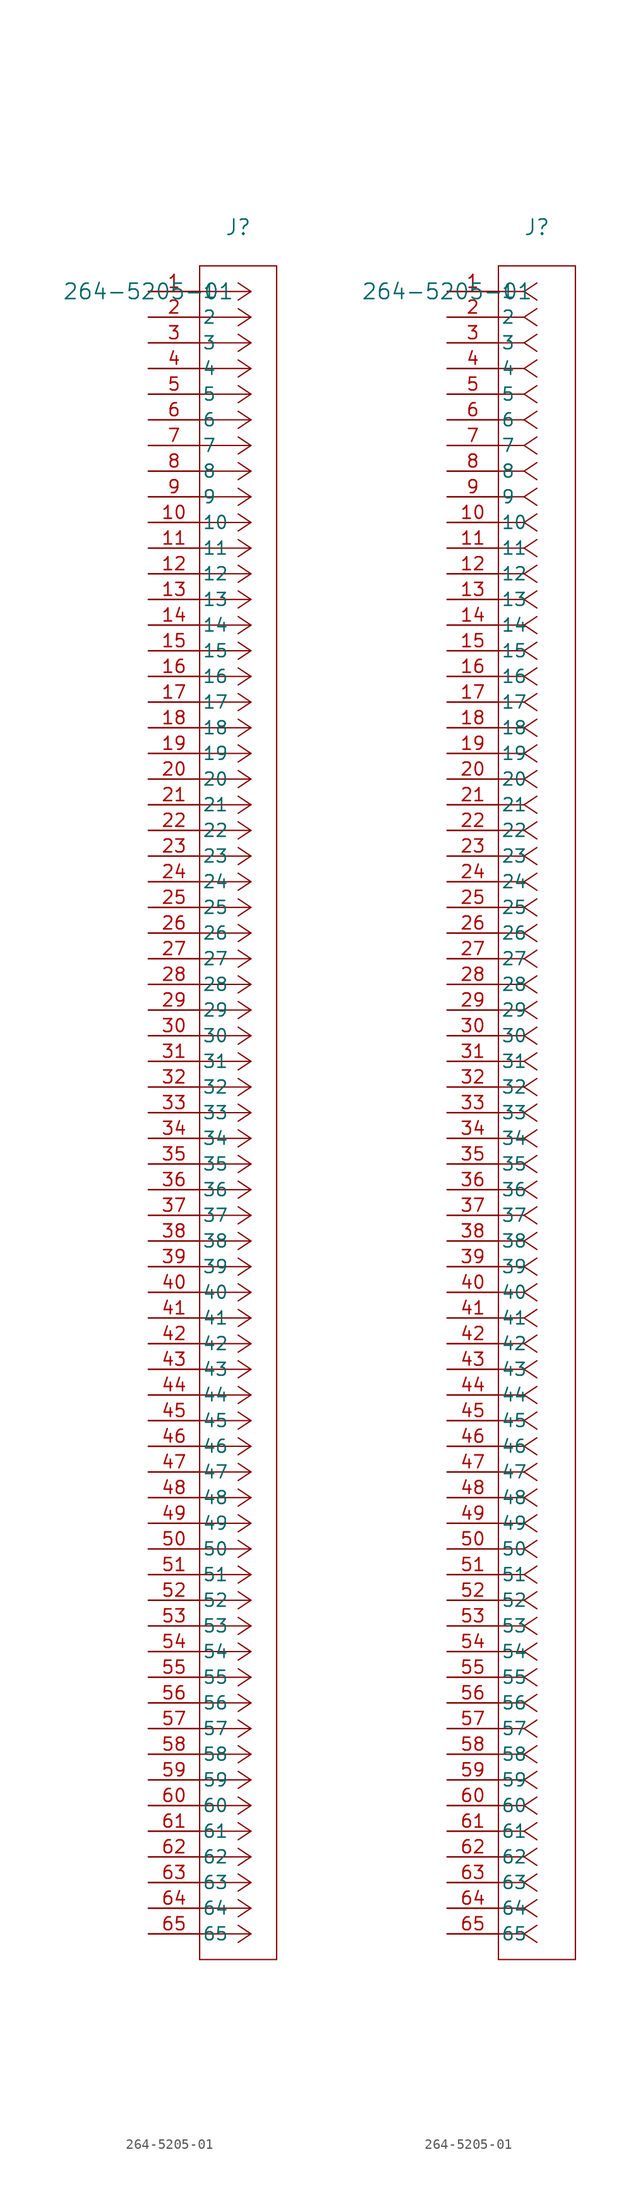
<source format=kicad_sym>
(kicad_symbol_lib
  (version 20211014)
  (generator kicad_symbol_editor)
  (symbol "264-5205-01"
    (pin_names
      (offset 0.254))
    (property "Reference" "J"
      (at 8.89 6.35 0)
      (effects (font (size 1.524 1.524))))
    (property "Value" "264-5205-01"
      (at 0 0 0)
      (effects (font (size 1.524 1.524))))
    (symbol "264-5205-01_1_1"
      (polyline (pts (xy 10.16 0) (xy 5.08 0)) (stroke (width 0.127) (type default) (color 0 0 0 0)) (fill (type none)))
      (polyline (pts (xy 10.16 -2.54) (xy 5.08 -2.54)) (stroke (width 0.127) (type default) (color 0 0 0 0)) (fill (type none)))
      (polyline (pts (xy 10.16 -5.08) (xy 5.08 -5.08)) (stroke (width 0.127) (type default) (color 0 0 0 0)) (fill (type none)))
      (polyline (pts (xy 10.16 -7.62) (xy 5.08 -7.62)) (stroke (width 0.127) (type default) (color 0 0 0 0)) (fill (type none)))
      (polyline (pts (xy 10.16 -10.16) (xy 5.08 -10.16)) (stroke (width 0.127) (type default) (color 0 0 0 0)) (fill (type none)))
      (polyline (pts (xy 10.16 -12.7) (xy 5.08 -12.7)) (stroke (width 0.127) (type default) (color 0 0 0 0)) (fill (type none)))
      (polyline (pts (xy 10.16 -15.24) (xy 5.08 -15.24)) (stroke (width 0.127) (type default) (color 0 0 0 0)) (fill (type none)))
      (polyline (pts (xy 10.16 -17.78) (xy 5.08 -17.78)) (stroke (width 0.127) (type default) (color 0 0 0 0)) (fill (type none)))
      (polyline (pts (xy 10.16 -20.32) (xy 5.08 -20.32)) (stroke (width 0.127) (type default) (color 0 0 0 0)) (fill (type none)))
      (polyline (pts (xy 10.16 -22.86) (xy 5.08 -22.86)) (stroke (width 0.127) (type default) (color 0 0 0 0)) (fill (type none)))
      (polyline (pts (xy 10.16 -25.4) (xy 5.08 -25.4)) (stroke (width 0.127) (type default) (color 0 0 0 0)) (fill (type none)))
      (polyline (pts (xy 10.16 -27.94) (xy 5.08 -27.94)) (stroke (width 0.127) (type default) (color 0 0 0 0)) (fill (type none)))
      (polyline (pts (xy 10.16 -30.48) (xy 5.08 -30.48)) (stroke (width 0.127) (type default) (color 0 0 0 0)) (fill (type none)))
      (polyline (pts (xy 10.16 -33.02) (xy 5.08 -33.02)) (stroke (width 0.127) (type default) (color 0 0 0 0)) (fill (type none)))
      (polyline (pts (xy 10.16 -35.56) (xy 5.08 -35.56)) (stroke (width 0.127) (type default) (color 0 0 0 0)) (fill (type none)))
      (polyline (pts (xy 10.16 -38.1) (xy 5.08 -38.1)) (stroke (width 0.127) (type default) (color 0 0 0 0)) (fill (type none)))
      (polyline (pts (xy 10.16 -40.64) (xy 5.08 -40.64)) (stroke (width 0.127) (type default) (color 0 0 0 0)) (fill (type none)))
      (polyline (pts (xy 10.16 -43.18) (xy 5.08 -43.18)) (stroke (width 0.127) (type default) (color 0 0 0 0)) (fill (type none)))
      (polyline (pts (xy 10.16 -45.72) (xy 5.08 -45.72)) (stroke (width 0.127) (type default) (color 0 0 0 0)) (fill (type none)))
      (polyline (pts (xy 10.16 -48.26) (xy 5.08 -48.26)) (stroke (width 0.127) (type default) (color 0 0 0 0)) (fill (type none)))
      (polyline (pts (xy 10.16 -50.8) (xy 5.08 -50.8)) (stroke (width 0.127) (type default) (color 0 0 0 0)) (fill (type none)))
      (polyline (pts (xy 10.16 -53.34) (xy 5.08 -53.34)) (stroke (width 0.127) (type default) (color 0 0 0 0)) (fill (type none)))
      (polyline (pts (xy 10.16 -55.88) (xy 5.08 -55.88)) (stroke (width 0.127) (type default) (color 0 0 0 0)) (fill (type none)))
      (polyline (pts (xy 10.16 -58.42) (xy 5.08 -58.42)) (stroke (width 0.127) (type default) (color 0 0 0 0)) (fill (type none)))
      (polyline (pts (xy 10.16 -60.96) (xy 5.08 -60.96)) (stroke (width 0.127) (type default) (color 0 0 0 0)) (fill (type none)))
      (polyline (pts (xy 10.16 -63.5) (xy 5.08 -63.5)) (stroke (width 0.127) (type default) (color 0 0 0 0)) (fill (type none)))
      (polyline (pts (xy 10.16 -66.04) (xy 5.08 -66.04)) (stroke (width 0.127) (type default) (color 0 0 0 0)) (fill (type none)))
      (polyline (pts (xy 10.16 -68.58) (xy 5.08 -68.58)) (stroke (width 0.127) (type default) (color 0 0 0 0)) (fill (type none)))
      (polyline (pts (xy 10.16 -71.12) (xy 5.08 -71.12)) (stroke (width 0.127) (type default) (color 0 0 0 0)) (fill (type none)))
      (polyline (pts (xy 10.16 -73.66) (xy 5.08 -73.66)) (stroke (width 0.127) (type default) (color 0 0 0 0)) (fill (type none)))
      (polyline (pts (xy 10.16 -76.2) (xy 5.08 -76.2)) (stroke (width 0.127) (type default) (color 0 0 0 0)) (fill (type none)))
      (polyline (pts (xy 10.16 -78.74) (xy 5.08 -78.74)) (stroke (width 0.127) (type default) (color 0 0 0 0)) (fill (type none)))
      (polyline (pts (xy 10.16 -81.28) (xy 5.08 -81.28)) (stroke (width 0.127) (type default) (color 0 0 0 0)) (fill (type none)))
      (polyline (pts (xy 10.16 -83.82) (xy 5.08 -83.82)) (stroke (width 0.127) (type default) (color 0 0 0 0)) (fill (type none)))
      (polyline (pts (xy 10.16 -86.36) (xy 5.08 -86.36)) (stroke (width 0.127) (type default) (color 0 0 0 0)) (fill (type none)))
      (polyline (pts (xy 10.16 -88.9) (xy 5.08 -88.9)) (stroke (width 0.127) (type default) (color 0 0 0 0)) (fill (type none)))
      (polyline (pts (xy 10.16 -91.44) (xy 5.08 -91.44)) (stroke (width 0.127) (type default) (color 0 0 0 0)) (fill (type none)))
      (polyline (pts (xy 10.16 -93.98) (xy 5.08 -93.98)) (stroke (width 0.127) (type default) (color 0 0 0 0)) (fill (type none)))
      (polyline (pts (xy 10.16 -96.52) (xy 5.08 -96.52)) (stroke (width 0.127) (type default) (color 0 0 0 0)) (fill (type none)))
      (polyline (pts (xy 10.16 -99.06) (xy 5.08 -99.06)) (stroke (width 0.127) (type default) (color 0 0 0 0)) (fill (type none)))
      (polyline (pts (xy 10.16 -101.6) (xy 5.08 -101.6)) (stroke (width 0.127) (type default) (color 0 0 0 0)) (fill (type none)))
      (polyline (pts (xy 10.16 -104.14) (xy 5.08 -104.14)) (stroke (width 0.127) (type default) (color 0 0 0 0)) (fill (type none)))
      (polyline (pts (xy 10.16 -106.68) (xy 5.08 -106.68)) (stroke (width 0.127) (type default) (color 0 0 0 0)) (fill (type none)))
      (polyline (pts (xy 10.16 -109.22) (xy 5.08 -109.22)) (stroke (width 0.127) (type default) (color 0 0 0 0)) (fill (type none)))
      (polyline (pts (xy 10.16 -111.76) (xy 5.08 -111.76)) (stroke (width 0.127) (type default) (color 0 0 0 0)) (fill (type none)))
      (polyline (pts (xy 10.16 -114.3) (xy 5.08 -114.3)) (stroke (width 0.127) (type default) (color 0 0 0 0)) (fill (type none)))
      (polyline (pts (xy 10.16 -116.84) (xy 5.08 -116.84)) (stroke (width 0.127) (type default) (color 0 0 0 0)) (fill (type none)))
      (polyline (pts (xy 10.16 -119.38) (xy 5.08 -119.38)) (stroke (width 0.127) (type default) (color 0 0 0 0)) (fill (type none)))
      (polyline (pts (xy 10.16 -121.92) (xy 5.08 -121.92)) (stroke (width 0.127) (type default) (color 0 0 0 0)) (fill (type none)))
      (polyline (pts (xy 10.16 -124.46) (xy 5.08 -124.46)) (stroke (width 0.127) (type default) (color 0 0 0 0)) (fill (type none)))
      (polyline (pts (xy 10.16 -127) (xy 5.08 -127)) (stroke (width 0.127) (type default) (color 0 0 0 0)) (fill (type none)))
      (polyline (pts (xy 10.16 -129.54) (xy 5.08 -129.54)) (stroke (width 0.127) (type default) (color 0 0 0 0)) (fill (type none)))
      (polyline (pts (xy 10.16 -132.08) (xy 5.08 -132.08)) (stroke (width 0.127) (type default) (color 0 0 0 0)) (fill (type none)))
      (polyline (pts (xy 10.16 -134.62) (xy 5.08 -134.62)) (stroke (width 0.127) (type default) (color 0 0 0 0)) (fill (type none)))
      (polyline (pts (xy 10.16 -137.16) (xy 5.08 -137.16)) (stroke (width 0.127) (type default) (color 0 0 0 0)) (fill (type none)))
      (polyline (pts (xy 10.16 -139.7) (xy 5.08 -139.7)) (stroke (width 0.127) (type default) (color 0 0 0 0)) (fill (type none)))
      (polyline (pts (xy 10.16 -142.24) (xy 5.08 -142.24)) (stroke (width 0.127) (type default) (color 0 0 0 0)) (fill (type none)))
      (polyline (pts (xy 10.16 -144.78) (xy 5.08 -144.78)) (stroke (width 0.127) (type default) (color 0 0 0 0)) (fill (type none)))
      (polyline (pts (xy 10.16 -147.32) (xy 5.08 -147.32)) (stroke (width 0.127) (type default) (color 0 0 0 0)) (fill (type none)))
      (polyline (pts (xy 10.16 -149.86) (xy 5.08 -149.86)) (stroke (width 0.127) (type default) (color 0 0 0 0)) (fill (type none)))
      (polyline (pts (xy 10.16 -152.4) (xy 5.08 -152.4)) (stroke (width 0.127) (type default) (color 0 0 0 0)) (fill (type none)))
      (polyline (pts (xy 10.16 -154.94) (xy 5.08 -154.94)) (stroke (width 0.127) (type default) (color 0 0 0 0)) (fill (type none)))
      (polyline (pts (xy 10.16 -157.48) (xy 5.08 -157.48)) (stroke (width 0.127) (type default) (color 0 0 0 0)) (fill (type none)))
      (polyline (pts (xy 10.16 -160.02) (xy 5.08 -160.02)) (stroke (width 0.127) (type default) (color 0 0 0 0)) (fill (type none)))
      (polyline (pts (xy 10.16 -162.56) (xy 5.08 -162.56)) (stroke (width 0.127) (type default) (color 0 0 0 0)) (fill (type none)))
      (polyline (pts (xy 10.16 0) (xy 8.89 0.847)) (stroke (width 0.127) (type default) (color 0 0 0 0)) (fill (type none)))
      (polyline (pts (xy 10.16 -2.54) (xy 8.89 -1.693)) (stroke (width 0.127) (type default) (color 0 0 0 0)) (fill (type none)))
      (polyline (pts (xy 10.16 -5.08) (xy 8.89 -4.233)) (stroke (width 0.127) (type default) (color 0 0 0 0)) (fill (type none)))
      (polyline (pts (xy 10.16 -7.62) (xy 8.89 -6.773)) (stroke (width 0.127) (type default) (color 0 0 0 0)) (fill (type none)))
      (polyline (pts (xy 10.16 -10.16) (xy 8.89 -9.313)) (stroke (width 0.127) (type default) (color 0 0 0 0)) (fill (type none)))
      (polyline (pts (xy 10.16 -12.7) (xy 8.89 -11.853)) (stroke (width 0.127) (type default) (color 0 0 0 0)) (fill (type none)))
      (polyline (pts (xy 10.16 -15.24) (xy 8.89 -14.393)) (stroke (width 0.127) (type default) (color 0 0 0 0)) (fill (type none)))
      (polyline (pts (xy 10.16 -17.78) (xy 8.89 -16.933)) (stroke (width 0.127) (type default) (color 0 0 0 0)) (fill (type none)))
      (polyline (pts (xy 10.16 -20.32) (xy 8.89 -19.473)) (stroke (width 0.127) (type default) (color 0 0 0 0)) (fill (type none)))
      (polyline (pts (xy 10.16 -22.86) (xy 8.89 -22.013)) (stroke (width 0.127) (type default) (color 0 0 0 0)) (fill (type none)))
      (polyline (pts (xy 10.16 -25.4) (xy 8.89 -24.553)) (stroke (width 0.127) (type default) (color 0 0 0 0)) (fill (type none)))
      (polyline (pts (xy 10.16 -27.94) (xy 8.89 -27.093)) (stroke (width 0.127) (type default) (color 0 0 0 0)) (fill (type none)))
      (polyline (pts (xy 10.16 -30.48) (xy 8.89 -29.633)) (stroke (width 0.127) (type default) (color 0 0 0 0)) (fill (type none)))
      (polyline (pts (xy 10.16 -33.02) (xy 8.89 -32.173)) (stroke (width 0.127) (type default) (color 0 0 0 0)) (fill (type none)))
      (polyline (pts (xy 10.16 -35.56) (xy 8.89 -34.713)) (stroke (width 0.127) (type default) (color 0 0 0 0)) (fill (type none)))
      (polyline (pts (xy 10.16 -38.1) (xy 8.89 -37.253)) (stroke (width 0.127) (type default) (color 0 0 0 0)) (fill (type none)))
      (polyline (pts (xy 10.16 -40.64) (xy 8.89 -39.793)) (stroke (width 0.127) (type default) (color 0 0 0 0)) (fill (type none)))
      (polyline (pts (xy 10.16 -43.18) (xy 8.89 -42.333)) (stroke (width 0.127) (type default) (color 0 0 0 0)) (fill (type none)))
      (polyline (pts (xy 10.16 -45.72) (xy 8.89 -44.873)) (stroke (width 0.127) (type default) (color 0 0 0 0)) (fill (type none)))
      (polyline (pts (xy 10.16 -48.26) (xy 8.89 -47.413)) (stroke (width 0.127) (type default) (color 0 0 0 0)) (fill (type none)))
      (polyline (pts (xy 10.16 -50.8) (xy 8.89 -49.953)) (stroke (width 0.127) (type default) (color 0 0 0 0)) (fill (type none)))
      (polyline (pts (xy 10.16 -53.34) (xy 8.89 -52.493)) (stroke (width 0.127) (type default) (color 0 0 0 0)) (fill (type none)))
      (polyline (pts (xy 10.16 -55.88) (xy 8.89 -55.033)) (stroke (width 0.127) (type default) (color 0 0 0 0)) (fill (type none)))
      (polyline (pts (xy 10.16 -58.42) (xy 8.89 -57.573)) (stroke (width 0.127) (type default) (color 0 0 0 0)) (fill (type none)))
      (polyline (pts (xy 10.16 -60.96) (xy 8.89 -60.113)) (stroke (width 0.127) (type default) (color 0 0 0 0)) (fill (type none)))
      (polyline (pts (xy 10.16 -63.5) (xy 8.89 -62.653)) (stroke (width 0.127) (type default) (color 0 0 0 0)) (fill (type none)))
      (polyline (pts (xy 10.16 -66.04) (xy 8.89 -65.193)) (stroke (width 0.127) (type default) (color 0 0 0 0)) (fill (type none)))
      (polyline (pts (xy 10.16 -68.58) (xy 8.89 -67.733)) (stroke (width 0.127) (type default) (color 0 0 0 0)) (fill (type none)))
      (polyline (pts (xy 10.16 -71.12) (xy 8.89 -70.273)) (stroke (width 0.127) (type default) (color 0 0 0 0)) (fill (type none)))
      (polyline (pts (xy 10.16 -73.66) (xy 8.89 -72.813)) (stroke (width 0.127) (type default) (color 0 0 0 0)) (fill (type none)))
      (polyline (pts (xy 10.16 -76.2) (xy 8.89 -75.353)) (stroke (width 0.127) (type default) (color 0 0 0 0)) (fill (type none)))
      (polyline (pts (xy 10.16 -78.74) (xy 8.89 -77.893)) (stroke (width 0.127) (type default) (color 0 0 0 0)) (fill (type none)))
      (polyline (pts (xy 10.16 -81.28) (xy 8.89 -80.433)) (stroke (width 0.127) (type default) (color 0 0 0 0)) (fill (type none)))
      (polyline (pts (xy 10.16 -83.82) (xy 8.89 -82.973)) (stroke (width 0.127) (type default) (color 0 0 0 0)) (fill (type none)))
      (polyline (pts (xy 10.16 -86.36) (xy 8.89 -85.513)) (stroke (width 0.127) (type default) (color 0 0 0 0)) (fill (type none)))
      (polyline (pts (xy 10.16 -88.9) (xy 8.89 -88.053)) (stroke (width 0.127) (type default) (color 0 0 0 0)) (fill (type none)))
      (polyline (pts (xy 10.16 -91.44) (xy 8.89 -90.593)) (stroke (width 0.127) (type default) (color 0 0 0 0)) (fill (type none)))
      (polyline (pts (xy 10.16 -93.98) (xy 8.89 -93.133)) (stroke (width 0.127) (type default) (color 0 0 0 0)) (fill (type none)))
      (polyline (pts (xy 10.16 -96.52) (xy 8.89 -95.673)) (stroke (width 0.127) (type default) (color 0 0 0 0)) (fill (type none)))
      (polyline (pts (xy 10.16 -99.06) (xy 8.89 -98.213)) (stroke (width 0.127) (type default) (color 0 0 0 0)) (fill (type none)))
      (polyline (pts (xy 10.16 -101.6) (xy 8.89 -100.753)) (stroke (width 0.127) (type default) (color 0 0 0 0)) (fill (type none)))
      (polyline (pts (xy 10.16 -104.14) (xy 8.89 -103.293)) (stroke (width 0.127) (type default) (color 0 0 0 0)) (fill (type none)))
      (polyline (pts (xy 10.16 -106.68) (xy 8.89 -105.833)) (stroke (width 0.127) (type default) (color 0 0 0 0)) (fill (type none)))
      (polyline (pts (xy 10.16 -109.22) (xy 8.89 -108.373)) (stroke (width 0.127) (type default) (color 0 0 0 0)) (fill (type none)))
      (polyline (pts (xy 10.16 -111.76) (xy 8.89 -110.913)) (stroke (width 0.127) (type default) (color 0 0 0 0)) (fill (type none)))
      (polyline (pts (xy 10.16 -114.3) (xy 8.89 -113.453)) (stroke (width 0.127) (type default) (color 0 0 0 0)) (fill (type none)))
      (polyline (pts (xy 10.16 -116.84) (xy 8.89 -115.993)) (stroke (width 0.127) (type default) (color 0 0 0 0)) (fill (type none)))
      (polyline (pts (xy 10.16 -119.38) (xy 8.89 -118.533)) (stroke (width 0.127) (type default) (color 0 0 0 0)) (fill (type none)))
      (polyline (pts (xy 10.16 -121.92) (xy 8.89 -121.073)) (stroke (width 0.127) (type default) (color 0 0 0 0)) (fill (type none)))
      (polyline (pts (xy 10.16 -124.46) (xy 8.89 -123.613)) (stroke (width 0.127) (type default) (color 0 0 0 0)) (fill (type none)))
      (polyline (pts (xy 10.16 -127) (xy 8.89 -126.153)) (stroke (width 0.127) (type default) (color 0 0 0 0)) (fill (type none)))
      (polyline (pts (xy 10.16 -129.54) (xy 8.89 -128.693)) (stroke (width 0.127) (type default) (color 0 0 0 0)) (fill (type none)))
      (polyline (pts (xy 10.16 -132.08) (xy 8.89 -131.233)) (stroke (width 0.127) (type default) (color 0 0 0 0)) (fill (type none)))
      (polyline (pts (xy 10.16 -134.62) (xy 8.89 -133.773)) (stroke (width 0.127) (type default) (color 0 0 0 0)) (fill (type none)))
      (polyline (pts (xy 10.16 -137.16) (xy 8.89 -136.313)) (stroke (width 0.127) (type default) (color 0 0 0 0)) (fill (type none)))
      (polyline (pts (xy 10.16 -139.7) (xy 8.89 -138.853)) (stroke (width 0.127) (type default) (color 0 0 0 0)) (fill (type none)))
      (polyline (pts (xy 10.16 -142.24) (xy 8.89 -141.393)) (stroke (width 0.127) (type default) (color 0 0 0 0)) (fill (type none)))
      (polyline (pts (xy 10.16 -144.78) (xy 8.89 -143.933)) (stroke (width 0.127) (type default) (color 0 0 0 0)) (fill (type none)))
      (polyline (pts (xy 10.16 -147.32) (xy 8.89 -146.473)) (stroke (width 0.127) (type default) (color 0 0 0 0)) (fill (type none)))
      (polyline (pts (xy 10.16 -149.86) (xy 8.89 -149.013)) (stroke (width 0.127) (type default) (color 0 0 0 0)) (fill (type none)))
      (polyline (pts (xy 10.16 -152.4) (xy 8.89 -151.553)) (stroke (width 0.127) (type default) (color 0 0 0 0)) (fill (type none)))
      (polyline (pts (xy 10.16 -154.94) (xy 8.89 -154.093)) (stroke (width 0.127) (type default) (color 0 0 0 0)) (fill (type none)))
      (polyline (pts (xy 10.16 -157.48) (xy 8.89 -156.633)) (stroke (width 0.127) (type default) (color 0 0 0 0)) (fill (type none)))
      (polyline (pts (xy 10.16 -160.02) (xy 8.89 -159.173)) (stroke (width 0.127) (type default) (color 0 0 0 0)) (fill (type none)))
      (polyline (pts (xy 10.16 -162.56) (xy 8.89 -161.713)) (stroke (width 0.127) (type default) (color 0 0 0 0)) (fill (type none)))
      (polyline (pts (xy 10.16 0) (xy 8.89 -0.847)) (stroke (width 0.127) (type default) (color 0 0 0 0)) (fill (type none)))
      (polyline (pts (xy 10.16 -2.54) (xy 8.89 -3.387)) (stroke (width 0.127) (type default) (color 0 0 0 0)) (fill (type none)))
      (polyline (pts (xy 10.16 -5.08) (xy 8.89 -5.927)) (stroke (width 0.127) (type default) (color 0 0 0 0)) (fill (type none)))
      (polyline (pts (xy 10.16 -7.62) (xy 8.89 -8.467)) (stroke (width 0.127) (type default) (color 0 0 0 0)) (fill (type none)))
      (polyline (pts (xy 10.16 -10.16) (xy 8.89 -11.007)) (stroke (width 0.127) (type default) (color 0 0 0 0)) (fill (type none)))
      (polyline (pts (xy 10.16 -12.7) (xy 8.89 -13.547)) (stroke (width 0.127) (type default) (color 0 0 0 0)) (fill (type none)))
      (polyline (pts (xy 10.16 -15.24) (xy 8.89 -16.087)) (stroke (width 0.127) (type default) (color 0 0 0 0)) (fill (type none)))
      (polyline (pts (xy 10.16 -17.78) (xy 8.89 -18.627)) (stroke (width 0.127) (type default) (color 0 0 0 0)) (fill (type none)))
      (polyline (pts (xy 10.16 -20.32) (xy 8.89 -21.167)) (stroke (width 0.127) (type default) (color 0 0 0 0)) (fill (type none)))
      (polyline (pts (xy 10.16 -22.86) (xy 8.89 -23.707)) (stroke (width 0.127) (type default) (color 0 0 0 0)) (fill (type none)))
      (polyline (pts (xy 10.16 -25.4) (xy 8.89 -26.247)) (stroke (width 0.127) (type default) (color 0 0 0 0)) (fill (type none)))
      (polyline (pts (xy 10.16 -27.94) (xy 8.89 -28.787)) (stroke (width 0.127) (type default) (color 0 0 0 0)) (fill (type none)))
      (polyline (pts (xy 10.16 -30.48) (xy 8.89 -31.327)) (stroke (width 0.127) (type default) (color 0 0 0 0)) (fill (type none)))
      (polyline (pts (xy 10.16 -33.02) (xy 8.89 -33.867)) (stroke (width 0.127) (type default) (color 0 0 0 0)) (fill (type none)))
      (polyline (pts (xy 10.16 -35.56) (xy 8.89 -36.407)) (stroke (width 0.127) (type default) (color 0 0 0 0)) (fill (type none)))
      (polyline (pts (xy 10.16 -38.1) (xy 8.89 -38.947)) (stroke (width 0.127) (type default) (color 0 0 0 0)) (fill (type none)))
      (polyline (pts (xy 10.16 -40.64) (xy 8.89 -41.487)) (stroke (width 0.127) (type default) (color 0 0 0 0)) (fill (type none)))
      (polyline (pts (xy 10.16 -43.18) (xy 8.89 -44.027)) (stroke (width 0.127) (type default) (color 0 0 0 0)) (fill (type none)))
      (polyline (pts (xy 10.16 -45.72) (xy 8.89 -46.567)) (stroke (width 0.127) (type default) (color 0 0 0 0)) (fill (type none)))
      (polyline (pts (xy 10.16 -48.26) (xy 8.89 -49.107)) (stroke (width 0.127) (type default) (color 0 0 0 0)) (fill (type none)))
      (polyline (pts (xy 10.16 -50.8) (xy 8.89 -51.647)) (stroke (width 0.127) (type default) (color 0 0 0 0)) (fill (type none)))
      (polyline (pts (xy 10.16 -53.34) (xy 8.89 -54.187)) (stroke (width 0.127) (type default) (color 0 0 0 0)) (fill (type none)))
      (polyline (pts (xy 10.16 -55.88) (xy 8.89 -56.727)) (stroke (width 0.127) (type default) (color 0 0 0 0)) (fill (type none)))
      (polyline (pts (xy 10.16 -58.42) (xy 8.89 -59.267)) (stroke (width 0.127) (type default) (color 0 0 0 0)) (fill (type none)))
      (polyline (pts (xy 10.16 -60.96) (xy 8.89 -61.807)) (stroke (width 0.127) (type default) (color 0 0 0 0)) (fill (type none)))
      (polyline (pts (xy 10.16 -63.5) (xy 8.89 -64.347)) (stroke (width 0.127) (type default) (color 0 0 0 0)) (fill (type none)))
      (polyline (pts (xy 10.16 -66.04) (xy 8.89 -66.887)) (stroke (width 0.127) (type default) (color 0 0 0 0)) (fill (type none)))
      (polyline (pts (xy 10.16 -68.58) (xy 8.89 -69.427)) (stroke (width 0.127) (type default) (color 0 0 0 0)) (fill (type none)))
      (polyline (pts (xy 10.16 -71.12) (xy 8.89 -71.967)) (stroke (width 0.127) (type default) (color 0 0 0 0)) (fill (type none)))
      (polyline (pts (xy 10.16 -73.66) (xy 8.89 -74.507)) (stroke (width 0.127) (type default) (color 0 0 0 0)) (fill (type none)))
      (polyline (pts (xy 10.16 -76.2) (xy 8.89 -77.047)) (stroke (width 0.127) (type default) (color 0 0 0 0)) (fill (type none)))
      (polyline (pts (xy 10.16 -78.74) (xy 8.89 -79.587)) (stroke (width 0.127) (type default) (color 0 0 0 0)) (fill (type none)))
      (polyline (pts (xy 10.16 -81.28) (xy 8.89 -82.127)) (stroke (width 0.127) (type default) (color 0 0 0 0)) (fill (type none)))
      (polyline (pts (xy 10.16 -83.82) (xy 8.89 -84.667)) (stroke (width 0.127) (type default) (color 0 0 0 0)) (fill (type none)))
      (polyline (pts (xy 10.16 -86.36) (xy 8.89 -87.207)) (stroke (width 0.127) (type default) (color 0 0 0 0)) (fill (type none)))
      (polyline (pts (xy 10.16 -88.9) (xy 8.89 -89.747)) (stroke (width 0.127) (type default) (color 0 0 0 0)) (fill (type none)))
      (polyline (pts (xy 10.16 -91.44) (xy 8.89 -92.287)) (stroke (width 0.127) (type default) (color 0 0 0 0)) (fill (type none)))
      (polyline (pts (xy 10.16 -93.98) (xy 8.89 -94.827)) (stroke (width 0.127) (type default) (color 0 0 0 0)) (fill (type none)))
      (polyline (pts (xy 10.16 -96.52) (xy 8.89 -97.367)) (stroke (width 0.127) (type default) (color 0 0 0 0)) (fill (type none)))
      (polyline (pts (xy 10.16 -99.06) (xy 8.89 -99.907)) (stroke (width 0.127) (type default) (color 0 0 0 0)) (fill (type none)))
      (polyline (pts (xy 10.16 -101.6) (xy 8.89 -102.447)) (stroke (width 0.127) (type default) (color 0 0 0 0)) (fill (type none)))
      (polyline (pts (xy 10.16 -104.14) (xy 8.89 -104.987)) (stroke (width 0.127) (type default) (color 0 0 0 0)) (fill (type none)))
      (polyline (pts (xy 10.16 -106.68) (xy 8.89 -107.527)) (stroke (width 0.127) (type default) (color 0 0 0 0)) (fill (type none)))
      (polyline (pts (xy 10.16 -109.22) (xy 8.89 -110.067)) (stroke (width 0.127) (type default) (color 0 0 0 0)) (fill (type none)))
      (polyline (pts (xy 10.16 -111.76) (xy 8.89 -112.607)) (stroke (width 0.127) (type default) (color 0 0 0 0)) (fill (type none)))
      (polyline (pts (xy 10.16 -114.3) (xy 8.89 -115.147)) (stroke (width 0.127) (type default) (color 0 0 0 0)) (fill (type none)))
      (polyline (pts (xy 10.16 -116.84) (xy 8.89 -117.687)) (stroke (width 0.127) (type default) (color 0 0 0 0)) (fill (type none)))
      (polyline (pts (xy 10.16 -119.38) (xy 8.89 -120.227)) (stroke (width 0.127) (type default) (color 0 0 0 0)) (fill (type none)))
      (polyline (pts (xy 10.16 -121.92) (xy 8.89 -122.767)) (stroke (width 0.127) (type default) (color 0 0 0 0)) (fill (type none)))
      (polyline (pts (xy 10.16 -124.46) (xy 8.89 -125.307)) (stroke (width 0.127) (type default) (color 0 0 0 0)) (fill (type none)))
      (polyline (pts (xy 10.16 -127) (xy 8.89 -127.847)) (stroke (width 0.127) (type default) (color 0 0 0 0)) (fill (type none)))
      (polyline (pts (xy 10.16 -129.54) (xy 8.89 -130.387)) (stroke (width 0.127) (type default) (color 0 0 0 0)) (fill (type none)))
      (polyline (pts (xy 10.16 -132.08) (xy 8.89 -132.927)) (stroke (width 0.127) (type default) (color 0 0 0 0)) (fill (type none)))
      (polyline (pts (xy 10.16 -134.62) (xy 8.89 -135.467)) (stroke (width 0.127) (type default) (color 0 0 0 0)) (fill (type none)))
      (polyline (pts (xy 10.16 -137.16) (xy 8.89 -138.007)) (stroke (width 0.127) (type default) (color 0 0 0 0)) (fill (type none)))
      (polyline (pts (xy 10.16 -139.7) (xy 8.89 -140.547)) (stroke (width 0.127) (type default) (color 0 0 0 0)) (fill (type none)))
      (polyline (pts (xy 10.16 -142.24) (xy 8.89 -143.087)) (stroke (width 0.127) (type default) (color 0 0 0 0)) (fill (type none)))
      (polyline (pts (xy 10.16 -144.78) (xy 8.89 -145.627)) (stroke (width 0.127) (type default) (color 0 0 0 0)) (fill (type none)))
      (polyline (pts (xy 10.16 -147.32) (xy 8.89 -148.167)) (stroke (width 0.127) (type default) (color 0 0 0 0)) (fill (type none)))
      (polyline (pts (xy 10.16 -149.86) (xy 8.89 -150.707)) (stroke (width 0.127) (type default) (color 0 0 0 0)) (fill (type none)))
      (polyline (pts (xy 10.16 -152.4) (xy 8.89 -153.247)) (stroke (width 0.127) (type default) (color 0 0 0 0)) (fill (type none)))
      (polyline (pts (xy 10.16 -154.94) (xy 8.89 -155.787)) (stroke (width 0.127) (type default) (color 0 0 0 0)) (fill (type none)))
      (polyline (pts (xy 10.16 -157.48) (xy 8.89 -158.327)) (stroke (width 0.127) (type default) (color 0 0 0 0)) (fill (type none)))
      (polyline (pts (xy 10.16 -160.02) (xy 8.89 -160.867)) (stroke (width 0.127) (type default) (color 0 0 0 0)) (fill (type none)))
      (polyline (pts (xy 10.16 -162.56) (xy 8.89 -163.407)) (stroke (width 0.127) (type default) (color 0 0 0 0)) (fill (type none)))
      (polyline (pts (xy 5.08 2.54) (xy 5.08 -165.1)) (stroke (width 0.127) (type default) (color 0 0 0 0)) (fill (type none)))
      (polyline (pts (xy 5.08 -165.1) (xy 12.7 -165.1)) (stroke (width 0.127) (type default) (color 0 0 0 0)) (fill (type none)))
      (polyline (pts (xy 12.7 -165.1) (xy 12.7 2.54)) (stroke (width 0.127) (type default) (color 0 0 0 0)) (fill (type none)))
      (polyline (pts (xy 12.7 2.54) (xy 5.08 2.54)) (stroke (width 0.127) (type default) (color 0 0 0 0)) (fill (type none)))
      (pin unspecified line (at 0 0 0) (length 5.08) (name "1" (effects (font (size 1.27 1.27)))) (number "1" (effects (font (size 1.27 1.27)))))
      (pin unspecified line (at 0 -2.54 0) (length 5.08) (name "2" (effects (font (size 1.27 1.27)))) (number "2" (effects (font (size 1.27 1.27)))))
      (pin unspecified line (at 0 -5.08 0) (length 5.08) (name "3" (effects (font (size 1.27 1.27)))) (number "3" (effects (font (size 1.27 1.27)))))
      (pin unspecified line (at 0 -7.62 0) (length 5.08) (name "4" (effects (font (size 1.27 1.27)))) (number "4" (effects (font (size 1.27 1.27)))))
      (pin unspecified line (at 0 -10.16 0) (length 5.08) (name "5" (effects (font (size 1.27 1.27)))) (number "5" (effects (font (size 1.27 1.27)))))
      (pin unspecified line (at 0 -12.7 0) (length 5.08) (name "6" (effects (font (size 1.27 1.27)))) (number "6" (effects (font (size 1.27 1.27)))))
      (pin unspecified line (at 0 -15.24 0) (length 5.08) (name "7" (effects (font (size 1.27 1.27)))) (number "7" (effects (font (size 1.27 1.27)))))
      (pin unspecified line (at 0 -17.78 0) (length 5.08) (name "8" (effects (font (size 1.27 1.27)))) (number "8" (effects (font (size 1.27 1.27)))))
      (pin unspecified line (at 0 -20.32 0) (length 5.08) (name "9" (effects (font (size 1.27 1.27)))) (number "9" (effects (font (size 1.27 1.27)))))
      (pin unspecified line (at 0 -22.86 0) (length 5.08) (name "10" (effects (font (size 1.27 1.27)))) (number "10" (effects (font (size 1.27 1.27)))))
      (pin unspecified line (at 0 -25.4 0) (length 5.08) (name "11" (effects (font (size 1.27 1.27)))) (number "11" (effects (font (size 1.27 1.27)))))
      (pin unspecified line (at 0 -27.94 0) (length 5.08) (name "12" (effects (font (size 1.27 1.27)))) (number "12" (effects (font (size 1.27 1.27)))))
      (pin unspecified line (at 0 -30.48 0) (length 5.08) (name "13" (effects (font (size 1.27 1.27)))) (number "13" (effects (font (size 1.27 1.27)))))
      (pin unspecified line (at 0 -33.02 0) (length 5.08) (name "14" (effects (font (size 1.27 1.27)))) (number "14" (effects (font (size 1.27 1.27)))))
      (pin unspecified line (at 0 -35.56 0) (length 5.08) (name "15" (effects (font (size 1.27 1.27)))) (number "15" (effects (font (size 1.27 1.27)))))
      (pin unspecified line (at 0 -38.1 0) (length 5.08) (name "16" (effects (font (size 1.27 1.27)))) (number "16" (effects (font (size 1.27 1.27)))))
      (pin unspecified line (at 0 -40.64 0) (length 5.08) (name "17" (effects (font (size 1.27 1.27)))) (number "17" (effects (font (size 1.27 1.27)))))
      (pin unspecified line (at 0 -43.18 0) (length 5.08) (name "18" (effects (font (size 1.27 1.27)))) (number "18" (effects (font (size 1.27 1.27)))))
      (pin unspecified line (at 0 -45.72 0) (length 5.08) (name "19" (effects (font (size 1.27 1.27)))) (number "19" (effects (font (size 1.27 1.27)))))
      (pin unspecified line (at 0 -48.26 0) (length 5.08) (name "20" (effects (font (size 1.27 1.27)))) (number "20" (effects (font (size 1.27 1.27)))))
      (pin unspecified line (at 0 -50.8 0) (length 5.08) (name "21" (effects (font (size 1.27 1.27)))) (number "21" (effects (font (size 1.27 1.27)))))
      (pin unspecified line (at 0 -53.34 0) (length 5.08) (name "22" (effects (font (size 1.27 1.27)))) (number "22" (effects (font (size 1.27 1.27)))))
      (pin unspecified line (at 0 -55.88 0) (length 5.08) (name "23" (effects (font (size 1.27 1.27)))) (number "23" (effects (font (size 1.27 1.27)))))
      (pin unspecified line (at 0 -58.42 0) (length 5.08) (name "24" (effects (font (size 1.27 1.27)))) (number "24" (effects (font (size 1.27 1.27)))))
      (pin unspecified line (at 0 -60.96 0) (length 5.08) (name "25" (effects (font (size 1.27 1.27)))) (number "25" (effects (font (size 1.27 1.27)))))
      (pin unspecified line (at 0 -63.5 0) (length 5.08) (name "26" (effects (font (size 1.27 1.27)))) (number "26" (effects (font (size 1.27 1.27)))))
      (pin unspecified line (at 0 -66.04 0) (length 5.08) (name "27" (effects (font (size 1.27 1.27)))) (number "27" (effects (font (size 1.27 1.27)))))
      (pin unspecified line (at 0 -68.58 0) (length 5.08) (name "28" (effects (font (size 1.27 1.27)))) (number "28" (effects (font (size 1.27 1.27)))))
      (pin unspecified line (at 0 -71.12 0) (length 5.08) (name "29" (effects (font (size 1.27 1.27)))) (number "29" (effects (font (size 1.27 1.27)))))
      (pin unspecified line (at 0 -73.66 0) (length 5.08) (name "30" (effects (font (size 1.27 1.27)))) (number "30" (effects (font (size 1.27 1.27)))))
      (pin unspecified line (at 0 -76.2 0) (length 5.08) (name "31" (effects (font (size 1.27 1.27)))) (number "31" (effects (font (size 1.27 1.27)))))
      (pin unspecified line (at 0 -78.74 0) (length 5.08) (name "32" (effects (font (size 1.27 1.27)))) (number "32" (effects (font (size 1.27 1.27)))))
      (pin unspecified line (at 0 -81.28 0) (length 5.08) (name "33" (effects (font (size 1.27 1.27)))) (number "33" (effects (font (size 1.27 1.27)))))
      (pin unspecified line (at 0 -83.82 0) (length 5.08) (name "34" (effects (font (size 1.27 1.27)))) (number "34" (effects (font (size 1.27 1.27)))))
      (pin unspecified line (at 0 -86.36 0) (length 5.08) (name "35" (effects (font (size 1.27 1.27)))) (number "35" (effects (font (size 1.27 1.27)))))
      (pin unspecified line (at 0 -88.9 0) (length 5.08) (name "36" (effects (font (size 1.27 1.27)))) (number "36" (effects (font (size 1.27 1.27)))))
      (pin unspecified line (at 0 -91.44 0) (length 5.08) (name "37" (effects (font (size 1.27 1.27)))) (number "37" (effects (font (size 1.27 1.27)))))
      (pin unspecified line (at 0 -93.98 0) (length 5.08) (name "38" (effects (font (size 1.27 1.27)))) (number "38" (effects (font (size 1.27 1.27)))))
      (pin unspecified line (at 0 -96.52 0) (length 5.08) (name "39" (effects (font (size 1.27 1.27)))) (number "39" (effects (font (size 1.27 1.27)))))
      (pin unspecified line (at 0 -99.06 0) (length 5.08) (name "40" (effects (font (size 1.27 1.27)))) (number "40" (effects (font (size 1.27 1.27)))))
      (pin unspecified line (at 0 -101.6 0) (length 5.08) (name "41" (effects (font (size 1.27 1.27)))) (number "41" (effects (font (size 1.27 1.27)))))
      (pin unspecified line (at 0 -104.14 0) (length 5.08) (name "42" (effects (font (size 1.27 1.27)))) (number "42" (effects (font (size 1.27 1.27)))))
      (pin unspecified line (at 0 -106.68 0) (length 5.08) (name "43" (effects (font (size 1.27 1.27)))) (number "43" (effects (font (size 1.27 1.27)))))
      (pin unspecified line (at 0 -109.22 0) (length 5.08) (name "44" (effects (font (size 1.27 1.27)))) (number "44" (effects (font (size 1.27 1.27)))))
      (pin unspecified line (at 0 -111.76 0) (length 5.08) (name "45" (effects (font (size 1.27 1.27)))) (number "45" (effects (font (size 1.27 1.27)))))
      (pin unspecified line (at 0 -114.3 0) (length 5.08) (name "46" (effects (font (size 1.27 1.27)))) (number "46" (effects (font (size 1.27 1.27)))))
      (pin unspecified line (at 0 -116.84 0) (length 5.08) (name "47" (effects (font (size 1.27 1.27)))) (number "47" (effects (font (size 1.27 1.27)))))
      (pin unspecified line (at 0 -119.38 0) (length 5.08) (name "48" (effects (font (size 1.27 1.27)))) (number "48" (effects (font (size 1.27 1.27)))))
      (pin unspecified line (at 0 -121.92 0) (length 5.08) (name "49" (effects (font (size 1.27 1.27)))) (number "49" (effects (font (size 1.27 1.27)))))
      (pin unspecified line (at 0 -124.46 0) (length 5.08) (name "50" (effects (font (size 1.27 1.27)))) (number "50" (effects (font (size 1.27 1.27)))))
      (pin unspecified line (at 0 -127 0) (length 5.08) (name "51" (effects (font (size 1.27 1.27)))) (number "51" (effects (font (size 1.27 1.27)))))
      (pin unspecified line (at 0 -129.54 0) (length 5.08) (name "52" (effects (font (size 1.27 1.27)))) (number "52" (effects (font (size 1.27 1.27)))))
      (pin unspecified line (at 0 -132.08 0) (length 5.08) (name "53" (effects (font (size 1.27 1.27)))) (number "53" (effects (font (size 1.27 1.27)))))
      (pin unspecified line (at 0 -134.62 0) (length 5.08) (name "54" (effects (font (size 1.27 1.27)))) (number "54" (effects (font (size 1.27 1.27)))))
      (pin unspecified line (at 0 -137.16 0) (length 5.08) (name "55" (effects (font (size 1.27 1.27)))) (number "55" (effects (font (size 1.27 1.27)))))
      (pin unspecified line (at 0 -139.7 0) (length 5.08) (name "56" (effects (font (size 1.27 1.27)))) (number "56" (effects (font (size 1.27 1.27)))))
      (pin unspecified line (at 0 -142.24 0) (length 5.08) (name "57" (effects (font (size 1.27 1.27)))) (number "57" (effects (font (size 1.27 1.27)))))
      (pin unspecified line (at 0 -144.78 0) (length 5.08) (name "58" (effects (font (size 1.27 1.27)))) (number "58" (effects (font (size 1.27 1.27)))))
      (pin unspecified line (at 0 -147.32 0) (length 5.08) (name "59" (effects (font (size 1.27 1.27)))) (number "59" (effects (font (size 1.27 1.27)))))
      (pin unspecified line (at 0 -149.86 0) (length 5.08) (name "60" (effects (font (size 1.27 1.27)))) (number "60" (effects (font (size 1.27 1.27)))))
      (pin unspecified line (at 0 -152.4 0) (length 5.08) (name "61" (effects (font (size 1.27 1.27)))) (number "61" (effects (font (size 1.27 1.27)))))
      (pin unspecified line (at 0 -154.94 0) (length 5.08) (name "62" (effects (font (size 1.27 1.27)))) (number "62" (effects (font (size 1.27 1.27)))))
      (pin unspecified line (at 0 -157.48 0) (length 5.08) (name "63" (effects (font (size 1.27 1.27)))) (number "63" (effects (font (size 1.27 1.27)))))
      (pin unspecified line (at 0 -160.02 0) (length 5.08) (name "64" (effects (font (size 1.27 1.27)))) (number "64" (effects (font (size 1.27 1.27)))))
      (pin unspecified line (at 0 -162.56 0) (length 5.08) (name "65" (effects (font (size 1.27 1.27)))) (number "65" (effects (font (size 1.27 1.27))))))
    (symbol "264-5205-01_1_2"
      (polyline (pts (xy 7.62 0) (xy 5.08 0)) (stroke (width 0.127) (type default) (color 0 0 0 0)) (fill (type none)))
      (polyline (pts (xy 7.62 -2.54) (xy 5.08 -2.54)) (stroke (width 0.127) (type default) (color 0 0 0 0)) (fill (type none)))
      (polyline (pts (xy 7.62 -5.08) (xy 5.08 -5.08)) (stroke (width 0.127) (type default) (color 0 0 0 0)) (fill (type none)))
      (polyline (pts (xy 7.62 -7.62) (xy 5.08 -7.62)) (stroke (width 0.127) (type default) (color 0 0 0 0)) (fill (type none)))
      (polyline (pts (xy 7.62 -10.16) (xy 5.08 -10.16)) (stroke (width 0.127) (type default) (color 0 0 0 0)) (fill (type none)))
      (polyline (pts (xy 7.62 -12.7) (xy 5.08 -12.7)) (stroke (width 0.127) (type default) (color 0 0 0 0)) (fill (type none)))
      (polyline (pts (xy 7.62 -15.24) (xy 5.08 -15.24)) (stroke (width 0.127) (type default) (color 0 0 0 0)) (fill (type none)))
      (polyline (pts (xy 7.62 -17.78) (xy 5.08 -17.78)) (stroke (width 0.127) (type default) (color 0 0 0 0)) (fill (type none)))
      (polyline (pts (xy 7.62 -20.32) (xy 5.08 -20.32)) (stroke (width 0.127) (type default) (color 0 0 0 0)) (fill (type none)))
      (polyline (pts (xy 7.62 -22.86) (xy 5.08 -22.86)) (stroke (width 0.127) (type default) (color 0 0 0 0)) (fill (type none)))
      (polyline (pts (xy 7.62 -25.4) (xy 5.08 -25.4)) (stroke (width 0.127) (type default) (color 0 0 0 0)) (fill (type none)))
      (polyline (pts (xy 7.62 -27.94) (xy 5.08 -27.94)) (stroke (width 0.127) (type default) (color 0 0 0 0)) (fill (type none)))
      (polyline (pts (xy 7.62 -30.48) (xy 5.08 -30.48)) (stroke (width 0.127) (type default) (color 0 0 0 0)) (fill (type none)))
      (polyline (pts (xy 7.62 -33.02) (xy 5.08 -33.02)) (stroke (width 0.127) (type default) (color 0 0 0 0)) (fill (type none)))
      (polyline (pts (xy 7.62 -35.56) (xy 5.08 -35.56)) (stroke (width 0.127) (type default) (color 0 0 0 0)) (fill (type none)))
      (polyline (pts (xy 7.62 -38.1) (xy 5.08 -38.1)) (stroke (width 0.127) (type default) (color 0 0 0 0)) (fill (type none)))
      (polyline (pts (xy 7.62 -40.64) (xy 5.08 -40.64)) (stroke (width 0.127) (type default) (color 0 0 0 0)) (fill (type none)))
      (polyline (pts (xy 7.62 -43.18) (xy 5.08 -43.18)) (stroke (width 0.127) (type default) (color 0 0 0 0)) (fill (type none)))
      (polyline (pts (xy 7.62 -45.72) (xy 5.08 -45.72)) (stroke (width 0.127) (type default) (color 0 0 0 0)) (fill (type none)))
      (polyline (pts (xy 7.62 -48.26) (xy 5.08 -48.26)) (stroke (width 0.127) (type default) (color 0 0 0 0)) (fill (type none)))
      (polyline (pts (xy 7.62 -50.8) (xy 5.08 -50.8)) (stroke (width 0.127) (type default) (color 0 0 0 0)) (fill (type none)))
      (polyline (pts (xy 7.62 -53.34) (xy 5.08 -53.34)) (stroke (width 0.127) (type default) (color 0 0 0 0)) (fill (type none)))
      (polyline (pts (xy 7.62 -55.88) (xy 5.08 -55.88)) (stroke (width 0.127) (type default) (color 0 0 0 0)) (fill (type none)))
      (polyline (pts (xy 7.62 -58.42) (xy 5.08 -58.42)) (stroke (width 0.127) (type default) (color 0 0 0 0)) (fill (type none)))
      (polyline (pts (xy 7.62 -60.96) (xy 5.08 -60.96)) (stroke (width 0.127) (type default) (color 0 0 0 0)) (fill (type none)))
      (polyline (pts (xy 7.62 -63.5) (xy 5.08 -63.5)) (stroke (width 0.127) (type default) (color 0 0 0 0)) (fill (type none)))
      (polyline (pts (xy 7.62 -66.04) (xy 5.08 -66.04)) (stroke (width 0.127) (type default) (color 0 0 0 0)) (fill (type none)))
      (polyline (pts (xy 7.62 -68.58) (xy 5.08 -68.58)) (stroke (width 0.127) (type default) (color 0 0 0 0)) (fill (type none)))
      (polyline (pts (xy 7.62 -71.12) (xy 5.08 -71.12)) (stroke (width 0.127) (type default) (color 0 0 0 0)) (fill (type none)))
      (polyline (pts (xy 7.62 -73.66) (xy 5.08 -73.66)) (stroke (width 0.127) (type default) (color 0 0 0 0)) (fill (type none)))
      (polyline (pts (xy 7.62 -76.2) (xy 5.08 -76.2)) (stroke (width 0.127) (type default) (color 0 0 0 0)) (fill (type none)))
      (polyline (pts (xy 7.62 -78.74) (xy 5.08 -78.74)) (stroke (width 0.127) (type default) (color 0 0 0 0)) (fill (type none)))
      (polyline (pts (xy 7.62 -81.28) (xy 5.08 -81.28)) (stroke (width 0.127) (type default) (color 0 0 0 0)) (fill (type none)))
      (polyline (pts (xy 7.62 -83.82) (xy 5.08 -83.82)) (stroke (width 0.127) (type default) (color 0 0 0 0)) (fill (type none)))
      (polyline (pts (xy 7.62 -86.36) (xy 5.08 -86.36)) (stroke (width 0.127) (type default) (color 0 0 0 0)) (fill (type none)))
      (polyline (pts (xy 7.62 -88.9) (xy 5.08 -88.9)) (stroke (width 0.127) (type default) (color 0 0 0 0)) (fill (type none)))
      (polyline (pts (xy 7.62 -91.44) (xy 5.08 -91.44)) (stroke (width 0.127) (type default) (color 0 0 0 0)) (fill (type none)))
      (polyline (pts (xy 7.62 -93.98) (xy 5.08 -93.98)) (stroke (width 0.127) (type default) (color 0 0 0 0)) (fill (type none)))
      (polyline (pts (xy 7.62 -96.52) (xy 5.08 -96.52)) (stroke (width 0.127) (type default) (color 0 0 0 0)) (fill (type none)))
      (polyline (pts (xy 7.62 -99.06) (xy 5.08 -99.06)) (stroke (width 0.127) (type default) (color 0 0 0 0)) (fill (type none)))
      (polyline (pts (xy 7.62 -101.6) (xy 5.08 -101.6)) (stroke (width 0.127) (type default) (color 0 0 0 0)) (fill (type none)))
      (polyline (pts (xy 7.62 -104.14) (xy 5.08 -104.14)) (stroke (width 0.127) (type default) (color 0 0 0 0)) (fill (type none)))
      (polyline (pts (xy 7.62 -106.68) (xy 5.08 -106.68)) (stroke (width 0.127) (type default) (color 0 0 0 0)) (fill (type none)))
      (polyline (pts (xy 7.62 -109.22) (xy 5.08 -109.22)) (stroke (width 0.127) (type default) (color 0 0 0 0)) (fill (type none)))
      (polyline (pts (xy 7.62 -111.76) (xy 5.08 -111.76)) (stroke (width 0.127) (type default) (color 0 0 0 0)) (fill (type none)))
      (polyline (pts (xy 7.62 -114.3) (xy 5.08 -114.3)) (stroke (width 0.127) (type default) (color 0 0 0 0)) (fill (type none)))
      (polyline (pts (xy 7.62 -116.84) (xy 5.08 -116.84)) (stroke (width 0.127) (type default) (color 0 0 0 0)) (fill (type none)))
      (polyline (pts (xy 7.62 -119.38) (xy 5.08 -119.38)) (stroke (width 0.127) (type default) (color 0 0 0 0)) (fill (type none)))
      (polyline (pts (xy 7.62 -121.92) (xy 5.08 -121.92)) (stroke (width 0.127) (type default) (color 0 0 0 0)) (fill (type none)))
      (polyline (pts (xy 7.62 -124.46) (xy 5.08 -124.46)) (stroke (width 0.127) (type default) (color 0 0 0 0)) (fill (type none)))
      (polyline (pts (xy 7.62 -127) (xy 5.08 -127)) (stroke (width 0.127) (type default) (color 0 0 0 0)) (fill (type none)))
      (polyline (pts (xy 7.62 -129.54) (xy 5.08 -129.54)) (stroke (width 0.127) (type default) (color 0 0 0 0)) (fill (type none)))
      (polyline (pts (xy 7.62 -132.08) (xy 5.08 -132.08)) (stroke (width 0.127) (type default) (color 0 0 0 0)) (fill (type none)))
      (polyline (pts (xy 7.62 -134.62) (xy 5.08 -134.62)) (stroke (width 0.127) (type default) (color 0 0 0 0)) (fill (type none)))
      (polyline (pts (xy 7.62 -137.16) (xy 5.08 -137.16)) (stroke (width 0.127) (type default) (color 0 0 0 0)) (fill (type none)))
      (polyline (pts (xy 7.62 -139.7) (xy 5.08 -139.7)) (stroke (width 0.127) (type default) (color 0 0 0 0)) (fill (type none)))
      (polyline (pts (xy 7.62 -142.24) (xy 5.08 -142.24)) (stroke (width 0.127) (type default) (color 0 0 0 0)) (fill (type none)))
      (polyline (pts (xy 7.62 -144.78) (xy 5.08 -144.78)) (stroke (width 0.127) (type default) (color 0 0 0 0)) (fill (type none)))
      (polyline (pts (xy 7.62 -147.32) (xy 5.08 -147.32)) (stroke (width 0.127) (type default) (color 0 0 0 0)) (fill (type none)))
      (polyline (pts (xy 7.62 -149.86) (xy 5.08 -149.86)) (stroke (width 0.127) (type default) (color 0 0 0 0)) (fill (type none)))
      (polyline (pts (xy 7.62 -152.4) (xy 5.08 -152.4)) (stroke (width 0.127) (type default) (color 0 0 0 0)) (fill (type none)))
      (polyline (pts (xy 7.62 -154.94) (xy 5.08 -154.94)) (stroke (width 0.127) (type default) (color 0 0 0 0)) (fill (type none)))
      (polyline (pts (xy 7.62 -157.48) (xy 5.08 -157.48)) (stroke (width 0.127) (type default) (color 0 0 0 0)) (fill (type none)))
      (polyline (pts (xy 7.62 -160.02) (xy 5.08 -160.02)) (stroke (width 0.127) (type default) (color 0 0 0 0)) (fill (type none)))
      (polyline (pts (xy 7.62 -162.56) (xy 5.08 -162.56)) (stroke (width 0.127) (type default) (color 0 0 0 0)) (fill (type none)))
      (polyline (pts (xy 7.62 0) (xy 8.89 0.847)) (stroke (width 0.127) (type default) (color 0 0 0 0)) (fill (type none)))
      (polyline (pts (xy 7.62 -2.54) (xy 8.89 -1.693)) (stroke (width 0.127) (type default) (color 0 0 0 0)) (fill (type none)))
      (polyline (pts (xy 7.62 -5.08) (xy 8.89 -4.233)) (stroke (width 0.127) (type default) (color 0 0 0 0)) (fill (type none)))
      (polyline (pts (xy 7.62 -7.62) (xy 8.89 -6.773)) (stroke (width 0.127) (type default) (color 0 0 0 0)) (fill (type none)))
      (polyline (pts (xy 7.62 -10.16) (xy 8.89 -9.313)) (stroke (width 0.127) (type default) (color 0 0 0 0)) (fill (type none)))
      (polyline (pts (xy 7.62 -12.7) (xy 8.89 -11.853)) (stroke (width 0.127) (type default) (color 0 0 0 0)) (fill (type none)))
      (polyline (pts (xy 7.62 -15.24) (xy 8.89 -14.393)) (stroke (width 0.127) (type default) (color 0 0 0 0)) (fill (type none)))
      (polyline (pts (xy 7.62 -17.78) (xy 8.89 -16.933)) (stroke (width 0.127) (type default) (color 0 0 0 0)) (fill (type none)))
      (polyline (pts (xy 7.62 -20.32) (xy 8.89 -19.473)) (stroke (width 0.127) (type default) (color 0 0 0 0)) (fill (type none)))
      (polyline (pts (xy 7.62 -22.86) (xy 8.89 -22.013)) (stroke (width 0.127) (type default) (color 0 0 0 0)) (fill (type none)))
      (polyline (pts (xy 7.62 -25.4) (xy 8.89 -24.553)) (stroke (width 0.127) (type default) (color 0 0 0 0)) (fill (type none)))
      (polyline (pts (xy 7.62 -27.94) (xy 8.89 -27.093)) (stroke (width 0.127) (type default) (color 0 0 0 0)) (fill (type none)))
      (polyline (pts (xy 7.62 -30.48) (xy 8.89 -29.633)) (stroke (width 0.127) (type default) (color 0 0 0 0)) (fill (type none)))
      (polyline (pts (xy 7.62 -33.02) (xy 8.89 -32.173)) (stroke (width 0.127) (type default) (color 0 0 0 0)) (fill (type none)))
      (polyline (pts (xy 7.62 -35.56) (xy 8.89 -34.713)) (stroke (width 0.127) (type default) (color 0 0 0 0)) (fill (type none)))
      (polyline (pts (xy 7.62 -38.1) (xy 8.89 -37.253)) (stroke (width 0.127) (type default) (color 0 0 0 0)) (fill (type none)))
      (polyline (pts (xy 7.62 -40.64) (xy 8.89 -39.793)) (stroke (width 0.127) (type default) (color 0 0 0 0)) (fill (type none)))
      (polyline (pts (xy 7.62 -43.18) (xy 8.89 -42.333)) (stroke (width 0.127) (type default) (color 0 0 0 0)) (fill (type none)))
      (polyline (pts (xy 7.62 -45.72) (xy 8.89 -44.873)) (stroke (width 0.127) (type default) (color 0 0 0 0)) (fill (type none)))
      (polyline (pts (xy 7.62 -48.26) (xy 8.89 -47.413)) (stroke (width 0.127) (type default) (color 0 0 0 0)) (fill (type none)))
      (polyline (pts (xy 7.62 -50.8) (xy 8.89 -49.953)) (stroke (width 0.127) (type default) (color 0 0 0 0)) (fill (type none)))
      (polyline (pts (xy 7.62 -53.34) (xy 8.89 -52.493)) (stroke (width 0.127) (type default) (color 0 0 0 0)) (fill (type none)))
      (polyline (pts (xy 7.62 -55.88) (xy 8.89 -55.033)) (stroke (width 0.127) (type default) (color 0 0 0 0)) (fill (type none)))
      (polyline (pts (xy 7.62 -58.42) (xy 8.89 -57.573)) (stroke (width 0.127) (type default) (color 0 0 0 0)) (fill (type none)))
      (polyline (pts (xy 7.62 -60.96) (xy 8.89 -60.113)) (stroke (width 0.127) (type default) (color 0 0 0 0)) (fill (type none)))
      (polyline (pts (xy 7.62 -63.5) (xy 8.89 -62.653)) (stroke (width 0.127) (type default) (color 0 0 0 0)) (fill (type none)))
      (polyline (pts (xy 7.62 -66.04) (xy 8.89 -65.193)) (stroke (width 0.127) (type default) (color 0 0 0 0)) (fill (type none)))
      (polyline (pts (xy 7.62 -68.58) (xy 8.89 -67.733)) (stroke (width 0.127) (type default) (color 0 0 0 0)) (fill (type none)))
      (polyline (pts (xy 7.62 -71.12) (xy 8.89 -70.273)) (stroke (width 0.127) (type default) (color 0 0 0 0)) (fill (type none)))
      (polyline (pts (xy 7.62 -73.66) (xy 8.89 -72.813)) (stroke (width 0.127) (type default) (color 0 0 0 0)) (fill (type none)))
      (polyline (pts (xy 7.62 -76.2) (xy 8.89 -75.353)) (stroke (width 0.127) (type default) (color 0 0 0 0)) (fill (type none)))
      (polyline (pts (xy 7.62 -78.74) (xy 8.89 -77.893)) (stroke (width 0.127) (type default) (color 0 0 0 0)) (fill (type none)))
      (polyline (pts (xy 7.62 -81.28) (xy 8.89 -80.433)) (stroke (width 0.127) (type default) (color 0 0 0 0)) (fill (type none)))
      (polyline (pts (xy 7.62 -83.82) (xy 8.89 -82.973)) (stroke (width 0.127) (type default) (color 0 0 0 0)) (fill (type none)))
      (polyline (pts (xy 7.62 -86.36) (xy 8.89 -85.513)) (stroke (width 0.127) (type default) (color 0 0 0 0)) (fill (type none)))
      (polyline (pts (xy 7.62 -88.9) (xy 8.89 -88.053)) (stroke (width 0.127) (type default) (color 0 0 0 0)) (fill (type none)))
      (polyline (pts (xy 7.62 -91.44) (xy 8.89 -90.593)) (stroke (width 0.127) (type default) (color 0 0 0 0)) (fill (type none)))
      (polyline (pts (xy 7.62 -93.98) (xy 8.89 -93.133)) (stroke (width 0.127) (type default) (color 0 0 0 0)) (fill (type none)))
      (polyline (pts (xy 7.62 -96.52) (xy 8.89 -95.673)) (stroke (width 0.127) (type default) (color 0 0 0 0)) (fill (type none)))
      (polyline (pts (xy 7.62 -99.06) (xy 8.89 -98.213)) (stroke (width 0.127) (type default) (color 0 0 0 0)) (fill (type none)))
      (polyline (pts (xy 7.62 -101.6) (xy 8.89 -100.753)) (stroke (width 0.127) (type default) (color 0 0 0 0)) (fill (type none)))
      (polyline (pts (xy 7.62 -104.14) (xy 8.89 -103.293)) (stroke (width 0.127) (type default) (color 0 0 0 0)) (fill (type none)))
      (polyline (pts (xy 7.62 -106.68) (xy 8.89 -105.833)) (stroke (width 0.127) (type default) (color 0 0 0 0)) (fill (type none)))
      (polyline (pts (xy 7.62 -109.22) (xy 8.89 -108.373)) (stroke (width 0.127) (type default) (color 0 0 0 0)) (fill (type none)))
      (polyline (pts (xy 7.62 -111.76) (xy 8.89 -110.913)) (stroke (width 0.127) (type default) (color 0 0 0 0)) (fill (type none)))
      (polyline (pts (xy 7.62 -114.3) (xy 8.89 -113.453)) (stroke (width 0.127) (type default) (color 0 0 0 0)) (fill (type none)))
      (polyline (pts (xy 7.62 -116.84) (xy 8.89 -115.993)) (stroke (width 0.127) (type default) (color 0 0 0 0)) (fill (type none)))
      (polyline (pts (xy 7.62 -119.38) (xy 8.89 -118.533)) (stroke (width 0.127) (type default) (color 0 0 0 0)) (fill (type none)))
      (polyline (pts (xy 7.62 -121.92) (xy 8.89 -121.073)) (stroke (width 0.127) (type default) (color 0 0 0 0)) (fill (type none)))
      (polyline (pts (xy 7.62 -124.46) (xy 8.89 -123.613)) (stroke (width 0.127) (type default) (color 0 0 0 0)) (fill (type none)))
      (polyline (pts (xy 7.62 -127) (xy 8.89 -126.153)) (stroke (width 0.127) (type default) (color 0 0 0 0)) (fill (type none)))
      (polyline (pts (xy 7.62 -129.54) (xy 8.89 -128.693)) (stroke (width 0.127) (type default) (color 0 0 0 0)) (fill (type none)))
      (polyline (pts (xy 7.62 -132.08) (xy 8.89 -131.233)) (stroke (width 0.127) (type default) (color 0 0 0 0)) (fill (type none)))
      (polyline (pts (xy 7.62 -134.62) (xy 8.89 -133.773)) (stroke (width 0.127) (type default) (color 0 0 0 0)) (fill (type none)))
      (polyline (pts (xy 7.62 -137.16) (xy 8.89 -136.313)) (stroke (width 0.127) (type default) (color 0 0 0 0)) (fill (type none)))
      (polyline (pts (xy 7.62 -139.7) (xy 8.89 -138.853)) (stroke (width 0.127) (type default) (color 0 0 0 0)) (fill (type none)))
      (polyline (pts (xy 7.62 -142.24) (xy 8.89 -141.393)) (stroke (width 0.127) (type default) (color 0 0 0 0)) (fill (type none)))
      (polyline (pts (xy 7.62 -144.78) (xy 8.89 -143.933)) (stroke (width 0.127) (type default) (color 0 0 0 0)) (fill (type none)))
      (polyline (pts (xy 7.62 -147.32) (xy 8.89 -146.473)) (stroke (width 0.127) (type default) (color 0 0 0 0)) (fill (type none)))
      (polyline (pts (xy 7.62 -149.86) (xy 8.89 -149.013)) (stroke (width 0.127) (type default) (color 0 0 0 0)) (fill (type none)))
      (polyline (pts (xy 7.62 -152.4) (xy 8.89 -151.553)) (stroke (width 0.127) (type default) (color 0 0 0 0)) (fill (type none)))
      (polyline (pts (xy 7.62 -154.94) (xy 8.89 -154.093)) (stroke (width 0.127) (type default) (color 0 0 0 0)) (fill (type none)))
      (polyline (pts (xy 7.62 -157.48) (xy 8.89 -156.633)) (stroke (width 0.127) (type default) (color 0 0 0 0)) (fill (type none)))
      (polyline (pts (xy 7.62 -160.02) (xy 8.89 -159.173)) (stroke (width 0.127) (type default) (color 0 0 0 0)) (fill (type none)))
      (polyline (pts (xy 7.62 -162.56) (xy 8.89 -161.713)) (stroke (width 0.127) (type default) (color 0 0 0 0)) (fill (type none)))
      (polyline (pts (xy 7.62 0) (xy 8.89 -0.847)) (stroke (width 0.127) (type default) (color 0 0 0 0)) (fill (type none)))
      (polyline (pts (xy 7.62 -2.54) (xy 8.89 -3.387)) (stroke (width 0.127) (type default) (color 0 0 0 0)) (fill (type none)))
      (polyline (pts (xy 7.62 -5.08) (xy 8.89 -5.927)) (stroke (width 0.127) (type default) (color 0 0 0 0)) (fill (type none)))
      (polyline (pts (xy 7.62 -7.62) (xy 8.89 -8.467)) (stroke (width 0.127) (type default) (color 0 0 0 0)) (fill (type none)))
      (polyline (pts (xy 7.62 -10.16) (xy 8.89 -11.007)) (stroke (width 0.127) (type default) (color 0 0 0 0)) (fill (type none)))
      (polyline (pts (xy 7.62 -12.7) (xy 8.89 -13.547)) (stroke (width 0.127) (type default) (color 0 0 0 0)) (fill (type none)))
      (polyline (pts (xy 7.62 -15.24) (xy 8.89 -16.087)) (stroke (width 0.127) (type default) (color 0 0 0 0)) (fill (type none)))
      (polyline (pts (xy 7.62 -17.78) (xy 8.89 -18.627)) (stroke (width 0.127) (type default) (color 0 0 0 0)) (fill (type none)))
      (polyline (pts (xy 7.62 -20.32) (xy 8.89 -21.167)) (stroke (width 0.127) (type default) (color 0 0 0 0)) (fill (type none)))
      (polyline (pts (xy 7.62 -22.86) (xy 8.89 -23.707)) (stroke (width 0.127) (type default) (color 0 0 0 0)) (fill (type none)))
      (polyline (pts (xy 7.62 -25.4) (xy 8.89 -26.247)) (stroke (width 0.127) (type default) (color 0 0 0 0)) (fill (type none)))
      (polyline (pts (xy 7.62 -27.94) (xy 8.89 -28.787)) (stroke (width 0.127) (type default) (color 0 0 0 0)) (fill (type none)))
      (polyline (pts (xy 7.62 -30.48) (xy 8.89 -31.327)) (stroke (width 0.127) (type default) (color 0 0 0 0)) (fill (type none)))
      (polyline (pts (xy 7.62 -33.02) (xy 8.89 -33.867)) (stroke (width 0.127) (type default) (color 0 0 0 0)) (fill (type none)))
      (polyline (pts (xy 7.62 -35.56) (xy 8.89 -36.407)) (stroke (width 0.127) (type default) (color 0 0 0 0)) (fill (type none)))
      (polyline (pts (xy 7.62 -38.1) (xy 8.89 -38.947)) (stroke (width 0.127) (type default) (color 0 0 0 0)) (fill (type none)))
      (polyline (pts (xy 7.62 -40.64) (xy 8.89 -41.487)) (stroke (width 0.127) (type default) (color 0 0 0 0)) (fill (type none)))
      (polyline (pts (xy 7.62 -43.18) (xy 8.89 -44.027)) (stroke (width 0.127) (type default) (color 0 0 0 0)) (fill (type none)))
      (polyline (pts (xy 7.62 -45.72) (xy 8.89 -46.567)) (stroke (width 0.127) (type default) (color 0 0 0 0)) (fill (type none)))
      (polyline (pts (xy 7.62 -48.26) (xy 8.89 -49.107)) (stroke (width 0.127) (type default) (color 0 0 0 0)) (fill (type none)))
      (polyline (pts (xy 7.62 -50.8) (xy 8.89 -51.647)) (stroke (width 0.127) (type default) (color 0 0 0 0)) (fill (type none)))
      (polyline (pts (xy 7.62 -53.34) (xy 8.89 -54.187)) (stroke (width 0.127) (type default) (color 0 0 0 0)) (fill (type none)))
      (polyline (pts (xy 7.62 -55.88) (xy 8.89 -56.727)) (stroke (width 0.127) (type default) (color 0 0 0 0)) (fill (type none)))
      (polyline (pts (xy 7.62 -58.42) (xy 8.89 -59.267)) (stroke (width 0.127) (type default) (color 0 0 0 0)) (fill (type none)))
      (polyline (pts (xy 7.62 -60.96) (xy 8.89 -61.807)) (stroke (width 0.127) (type default) (color 0 0 0 0)) (fill (type none)))
      (polyline (pts (xy 7.62 -63.5) (xy 8.89 -64.347)) (stroke (width 0.127) (type default) (color 0 0 0 0)) (fill (type none)))
      (polyline (pts (xy 7.62 -66.04) (xy 8.89 -66.887)) (stroke (width 0.127) (type default) (color 0 0 0 0)) (fill (type none)))
      (polyline (pts (xy 7.62 -68.58) (xy 8.89 -69.427)) (stroke (width 0.127) (type default) (color 0 0 0 0)) (fill (type none)))
      (polyline (pts (xy 7.62 -71.12) (xy 8.89 -71.967)) (stroke (width 0.127) (type default) (color 0 0 0 0)) (fill (type none)))
      (polyline (pts (xy 7.62 -73.66) (xy 8.89 -74.507)) (stroke (width 0.127) (type default) (color 0 0 0 0)) (fill (type none)))
      (polyline (pts (xy 7.62 -76.2) (xy 8.89 -77.047)) (stroke (width 0.127) (type default) (color 0 0 0 0)) (fill (type none)))
      (polyline (pts (xy 7.62 -78.74) (xy 8.89 -79.587)) (stroke (width 0.127) (type default) (color 0 0 0 0)) (fill (type none)))
      (polyline (pts (xy 7.62 -81.28) (xy 8.89 -82.127)) (stroke (width 0.127) (type default) (color 0 0 0 0)) (fill (type none)))
      (polyline (pts (xy 7.62 -83.82) (xy 8.89 -84.667)) (stroke (width 0.127) (type default) (color 0 0 0 0)) (fill (type none)))
      (polyline (pts (xy 7.62 -86.36) (xy 8.89 -87.207)) (stroke (width 0.127) (type default) (color 0 0 0 0)) (fill (type none)))
      (polyline (pts (xy 7.62 -88.9) (xy 8.89 -89.747)) (stroke (width 0.127) (type default) (color 0 0 0 0)) (fill (type none)))
      (polyline (pts (xy 7.62 -91.44) (xy 8.89 -92.287)) (stroke (width 0.127) (type default) (color 0 0 0 0)) (fill (type none)))
      (polyline (pts (xy 7.62 -93.98) (xy 8.89 -94.827)) (stroke (width 0.127) (type default) (color 0 0 0 0)) (fill (type none)))
      (polyline (pts (xy 7.62 -96.52) (xy 8.89 -97.367)) (stroke (width 0.127) (type default) (color 0 0 0 0)) (fill (type none)))
      (polyline (pts (xy 7.62 -99.06) (xy 8.89 -99.907)) (stroke (width 0.127) (type default) (color 0 0 0 0)) (fill (type none)))
      (polyline (pts (xy 7.62 -101.6) (xy 8.89 -102.447)) (stroke (width 0.127) (type default) (color 0 0 0 0)) (fill (type none)))
      (polyline (pts (xy 7.62 -104.14) (xy 8.89 -104.987)) (stroke (width 0.127) (type default) (color 0 0 0 0)) (fill (type none)))
      (polyline (pts (xy 7.62 -106.68) (xy 8.89 -107.527)) (stroke (width 0.127) (type default) (color 0 0 0 0)) (fill (type none)))
      (polyline (pts (xy 7.62 -109.22) (xy 8.89 -110.067)) (stroke (width 0.127) (type default) (color 0 0 0 0)) (fill (type none)))
      (polyline (pts (xy 7.62 -111.76) (xy 8.89 -112.607)) (stroke (width 0.127) (type default) (color 0 0 0 0)) (fill (type none)))
      (polyline (pts (xy 7.62 -114.3) (xy 8.89 -115.147)) (stroke (width 0.127) (type default) (color 0 0 0 0)) (fill (type none)))
      (polyline (pts (xy 7.62 -116.84) (xy 8.89 -117.687)) (stroke (width 0.127) (type default) (color 0 0 0 0)) (fill (type none)))
      (polyline (pts (xy 7.62 -119.38) (xy 8.89 -120.227)) (stroke (width 0.127) (type default) (color 0 0 0 0)) (fill (type none)))
      (polyline (pts (xy 7.62 -121.92) (xy 8.89 -122.767)) (stroke (width 0.127) (type default) (color 0 0 0 0)) (fill (type none)))
      (polyline (pts (xy 7.62 -124.46) (xy 8.89 -125.307)) (stroke (width 0.127) (type default) (color 0 0 0 0)) (fill (type none)))
      (polyline (pts (xy 7.62 -127) (xy 8.89 -127.847)) (stroke (width 0.127) (type default) (color 0 0 0 0)) (fill (type none)))
      (polyline (pts (xy 7.62 -129.54) (xy 8.89 -130.387)) (stroke (width 0.127) (type default) (color 0 0 0 0)) (fill (type none)))
      (polyline (pts (xy 7.62 -132.08) (xy 8.89 -132.927)) (stroke (width 0.127) (type default) (color 0 0 0 0)) (fill (type none)))
      (polyline (pts (xy 7.62 -134.62) (xy 8.89 -135.467)) (stroke (width 0.127) (type default) (color 0 0 0 0)) (fill (type none)))
      (polyline (pts (xy 7.62 -137.16) (xy 8.89 -138.007)) (stroke (width 0.127) (type default) (color 0 0 0 0)) (fill (type none)))
      (polyline (pts (xy 7.62 -139.7) (xy 8.89 -140.547)) (stroke (width 0.127) (type default) (color 0 0 0 0)) (fill (type none)))
      (polyline (pts (xy 7.62 -142.24) (xy 8.89 -143.087)) (stroke (width 0.127) (type default) (color 0 0 0 0)) (fill (type none)))
      (polyline (pts (xy 7.62 -144.78) (xy 8.89 -145.627)) (stroke (width 0.127) (type default) (color 0 0 0 0)) (fill (type none)))
      (polyline (pts (xy 7.62 -147.32) (xy 8.89 -148.167)) (stroke (width 0.127) (type default) (color 0 0 0 0)) (fill (type none)))
      (polyline (pts (xy 7.62 -149.86) (xy 8.89 -150.707)) (stroke (width 0.127) (type default) (color 0 0 0 0)) (fill (type none)))
      (polyline (pts (xy 7.62 -152.4) (xy 8.89 -153.247)) (stroke (width 0.127) (type default) (color 0 0 0 0)) (fill (type none)))
      (polyline (pts (xy 7.62 -154.94) (xy 8.89 -155.787)) (stroke (width 0.127) (type default) (color 0 0 0 0)) (fill (type none)))
      (polyline (pts (xy 7.62 -157.48) (xy 8.89 -158.327)) (stroke (width 0.127) (type default) (color 0 0 0 0)) (fill (type none)))
      (polyline (pts (xy 7.62 -160.02) (xy 8.89 -160.867)) (stroke (width 0.127) (type default) (color 0 0 0 0)) (fill (type none)))
      (polyline (pts (xy 7.62 -162.56) (xy 8.89 -163.407)) (stroke (width 0.127) (type default) (color 0 0 0 0)) (fill (type none)))
      (polyline (pts (xy 5.08 2.54) (xy 5.08 -165.1)) (stroke (width 0.127) (type default) (color 0 0 0 0)) (fill (type none)))
      (polyline (pts (xy 5.08 -165.1) (xy 12.7 -165.1)) (stroke (width 0.127) (type default) (color 0 0 0 0)) (fill (type none)))
      (polyline (pts (xy 12.7 -165.1) (xy 12.7 2.54)) (stroke (width 0.127) (type default) (color 0 0 0 0)) (fill (type none)))
      (polyline (pts (xy 12.7 2.54) (xy 5.08 2.54)) (stroke (width 0.127) (type default) (color 0 0 0 0)) (fill (type none)))
      (pin unspecified line (at 0 0 0) (length 5.08) (name "1" (effects (font (size 1.27 1.27)))) (number "1" (effects (font (size 1.27 1.27)))))
      (pin unspecified line (at 0 -2.54 0) (length 5.08) (name "2" (effects (font (size 1.27 1.27)))) (number "2" (effects (font (size 1.27 1.27)))))
      (pin unspecified line (at 0 -5.08 0) (length 5.08) (name "3" (effects (font (size 1.27 1.27)))) (number "3" (effects (font (size 1.27 1.27)))))
      (pin unspecified line (at 0 -7.62 0) (length 5.08) (name "4" (effects (font (size 1.27 1.27)))) (number "4" (effects (font (size 1.27 1.27)))))
      (pin unspecified line (at 0 -10.16 0) (length 5.08) (name "5" (effects (font (size 1.27 1.27)))) (number "5" (effects (font (size 1.27 1.27)))))
      (pin unspecified line (at 0 -12.7 0) (length 5.08) (name "6" (effects (font (size 1.27 1.27)))) (number "6" (effects (font (size 1.27 1.27)))))
      (pin unspecified line (at 0 -15.24 0) (length 5.08) (name "7" (effects (font (size 1.27 1.27)))) (number "7" (effects (font (size 1.27 1.27)))))
      (pin unspecified line (at 0 -17.78 0) (length 5.08) (name "8" (effects (font (size 1.27 1.27)))) (number "8" (effects (font (size 1.27 1.27)))))
      (pin unspecified line (at 0 -20.32 0) (length 5.08) (name "9" (effects (font (size 1.27 1.27)))) (number "9" (effects (font (size 1.27 1.27)))))
      (pin unspecified line (at 0 -22.86 0) (length 5.08) (name "10" (effects (font (size 1.27 1.27)))) (number "10" (effects (font (size 1.27 1.27)))))
      (pin unspecified line (at 0 -25.4 0) (length 5.08) (name "11" (effects (font (size 1.27 1.27)))) (number "11" (effects (font (size 1.27 1.27)))))
      (pin unspecified line (at 0 -27.94 0) (length 5.08) (name "12" (effects (font (size 1.27 1.27)))) (number "12" (effects (font (size 1.27 1.27)))))
      (pin unspecified line (at 0 -30.48 0) (length 5.08) (name "13" (effects (font (size 1.27 1.27)))) (number "13" (effects (font (size 1.27 1.27)))))
      (pin unspecified line (at 0 -33.02 0) (length 5.08) (name "14" (effects (font (size 1.27 1.27)))) (number "14" (effects (font (size 1.27 1.27)))))
      (pin unspecified line (at 0 -35.56 0) (length 5.08) (name "15" (effects (font (size 1.27 1.27)))) (number "15" (effects (font (size 1.27 1.27)))))
      (pin unspecified line (at 0 -38.1 0) (length 5.08) (name "16" (effects (font (size 1.27 1.27)))) (number "16" (effects (font (size 1.27 1.27)))))
      (pin unspecified line (at 0 -40.64 0) (length 5.08) (name "17" (effects (font (size 1.27 1.27)))) (number "17" (effects (font (size 1.27 1.27)))))
      (pin unspecified line (at 0 -43.18 0) (length 5.08) (name "18" (effects (font (size 1.27 1.27)))) (number "18" (effects (font (size 1.27 1.27)))))
      (pin unspecified line (at 0 -45.72 0) (length 5.08) (name "19" (effects (font (size 1.27 1.27)))) (number "19" (effects (font (size 1.27 1.27)))))
      (pin unspecified line (at 0 -48.26 0) (length 5.08) (name "20" (effects (font (size 1.27 1.27)))) (number "20" (effects (font (size 1.27 1.27)))))
      (pin unspecified line (at 0 -50.8 0) (length 5.08) (name "21" (effects (font (size 1.27 1.27)))) (number "21" (effects (font (size 1.27 1.27)))))
      (pin unspecified line (at 0 -53.34 0) (length 5.08) (name "22" (effects (font (size 1.27 1.27)))) (number "22" (effects (font (size 1.27 1.27)))))
      (pin unspecified line (at 0 -55.88 0) (length 5.08) (name "23" (effects (font (size 1.27 1.27)))) (number "23" (effects (font (size 1.27 1.27)))))
      (pin unspecified line (at 0 -58.42 0) (length 5.08) (name "24" (effects (font (size 1.27 1.27)))) (number "24" (effects (font (size 1.27 1.27)))))
      (pin unspecified line (at 0 -60.96 0) (length 5.08) (name "25" (effects (font (size 1.27 1.27)))) (number "25" (effects (font (size 1.27 1.27)))))
      (pin unspecified line (at 0 -63.5 0) (length 5.08) (name "26" (effects (font (size 1.27 1.27)))) (number "26" (effects (font (size 1.27 1.27)))))
      (pin unspecified line (at 0 -66.04 0) (length 5.08) (name "27" (effects (font (size 1.27 1.27)))) (number "27" (effects (font (size 1.27 1.27)))))
      (pin unspecified line (at 0 -68.58 0) (length 5.08) (name "28" (effects (font (size 1.27 1.27)))) (number "28" (effects (font (size 1.27 1.27)))))
      (pin unspecified line (at 0 -71.12 0) (length 5.08) (name "29" (effects (font (size 1.27 1.27)))) (number "29" (effects (font (size 1.27 1.27)))))
      (pin unspecified line (at 0 -73.66 0) (length 5.08) (name "30" (effects (font (size 1.27 1.27)))) (number "30" (effects (font (size 1.27 1.27)))))
      (pin unspecified line (at 0 -76.2 0) (length 5.08) (name "31" (effects (font (size 1.27 1.27)))) (number "31" (effects (font (size 1.27 1.27)))))
      (pin unspecified line (at 0 -78.74 0) (length 5.08) (name "32" (effects (font (size 1.27 1.27)))) (number "32" (effects (font (size 1.27 1.27)))))
      (pin unspecified line (at 0 -81.28 0) (length 5.08) (name "33" (effects (font (size 1.27 1.27)))) (number "33" (effects (font (size 1.27 1.27)))))
      (pin unspecified line (at 0 -83.82 0) (length 5.08) (name "34" (effects (font (size 1.27 1.27)))) (number "34" (effects (font (size 1.27 1.27)))))
      (pin unspecified line (at 0 -86.36 0) (length 5.08) (name "35" (effects (font (size 1.27 1.27)))) (number "35" (effects (font (size 1.27 1.27)))))
      (pin unspecified line (at 0 -88.9 0) (length 5.08) (name "36" (effects (font (size 1.27 1.27)))) (number "36" (effects (font (size 1.27 1.27)))))
      (pin unspecified line (at 0 -91.44 0) (length 5.08) (name "37" (effects (font (size 1.27 1.27)))) (number "37" (effects (font (size 1.27 1.27)))))
      (pin unspecified line (at 0 -93.98 0) (length 5.08) (name "38" (effects (font (size 1.27 1.27)))) (number "38" (effects (font (size 1.27 1.27)))))
      (pin unspecified line (at 0 -96.52 0) (length 5.08) (name "39" (effects (font (size 1.27 1.27)))) (number "39" (effects (font (size 1.27 1.27)))))
      (pin unspecified line (at 0 -99.06 0) (length 5.08) (name "40" (effects (font (size 1.27 1.27)))) (number "40" (effects (font (size 1.27 1.27)))))
      (pin unspecified line (at 0 -101.6 0) (length 5.08) (name "41" (effects (font (size 1.27 1.27)))) (number "41" (effects (font (size 1.27 1.27)))))
      (pin unspecified line (at 0 -104.14 0) (length 5.08) (name "42" (effects (font (size 1.27 1.27)))) (number "42" (effects (font (size 1.27 1.27)))))
      (pin unspecified line (at 0 -106.68 0) (length 5.08) (name "43" (effects (font (size 1.27 1.27)))) (number "43" (effects (font (size 1.27 1.27)))))
      (pin unspecified line (at 0 -109.22 0) (length 5.08) (name "44" (effects (font (size 1.27 1.27)))) (number "44" (effects (font (size 1.27 1.27)))))
      (pin unspecified line (at 0 -111.76 0) (length 5.08) (name "45" (effects (font (size 1.27 1.27)))) (number "45" (effects (font (size 1.27 1.27)))))
      (pin unspecified line (at 0 -114.3 0) (length 5.08) (name "46" (effects (font (size 1.27 1.27)))) (number "46" (effects (font (size 1.27 1.27)))))
      (pin unspecified line (at 0 -116.84 0) (length 5.08) (name "47" (effects (font (size 1.27 1.27)))) (number "47" (effects (font (size 1.27 1.27)))))
      (pin unspecified line (at 0 -119.38 0) (length 5.08) (name "48" (effects (font (size 1.27 1.27)))) (number "48" (effects (font (size 1.27 1.27)))))
      (pin unspecified line (at 0 -121.92 0) (length 5.08) (name "49" (effects (font (size 1.27 1.27)))) (number "49" (effects (font (size 1.27 1.27)))))
      (pin unspecified line (at 0 -124.46 0) (length 5.08) (name "50" (effects (font (size 1.27 1.27)))) (number "50" (effects (font (size 1.27 1.27)))))
      (pin unspecified line (at 0 -127 0) (length 5.08) (name "51" (effects (font (size 1.27 1.27)))) (number "51" (effects (font (size 1.27 1.27)))))
      (pin unspecified line (at 0 -129.54 0) (length 5.08) (name "52" (effects (font (size 1.27 1.27)))) (number "52" (effects (font (size 1.27 1.27)))))
      (pin unspecified line (at 0 -132.08 0) (length 5.08) (name "53" (effects (font (size 1.27 1.27)))) (number "53" (effects (font (size 1.27 1.27)))))
      (pin unspecified line (at 0 -134.62 0) (length 5.08) (name "54" (effects (font (size 1.27 1.27)))) (number "54" (effects (font (size 1.27 1.27)))))
      (pin unspecified line (at 0 -137.16 0) (length 5.08) (name "55" (effects (font (size 1.27 1.27)))) (number "55" (effects (font (size 1.27 1.27)))))
      (pin unspecified line (at 0 -139.7 0) (length 5.08) (name "56" (effects (font (size 1.27 1.27)))) (number "56" (effects (font (size 1.27 1.27)))))
      (pin unspecified line (at 0 -142.24 0) (length 5.08) (name "57" (effects (font (size 1.27 1.27)))) (number "57" (effects (font (size 1.27 1.27)))))
      (pin unspecified line (at 0 -144.78 0) (length 5.08) (name "58" (effects (font (size 1.27 1.27)))) (number "58" (effects (font (size 1.27 1.27)))))
      (pin unspecified line (at 0 -147.32 0) (length 5.08) (name "59" (effects (font (size 1.27 1.27)))) (number "59" (effects (font (size 1.27 1.27)))))
      (pin unspecified line (at 0 -149.86 0) (length 5.08) (name "60" (effects (font (size 1.27 1.27)))) (number "60" (effects (font (size 1.27 1.27)))))
      (pin unspecified line (at 0 -152.4 0) (length 5.08) (name "61" (effects (font (size 1.27 1.27)))) (number "61" (effects (font (size 1.27 1.27)))))
      (pin unspecified line (at 0 -154.94 0) (length 5.08) (name "62" (effects (font (size 1.27 1.27)))) (number "62" (effects (font (size 1.27 1.27)))))
      (pin unspecified line (at 0 -157.48 0) (length 5.08) (name "63" (effects (font (size 1.27 1.27)))) (number "63" (effects (font (size 1.27 1.27)))))
      (pin unspecified line (at 0 -160.02 0) (length 5.08) (name "64" (effects (font (size 1.27 1.27)))) (number "64" (effects (font (size 1.27 1.27)))))
      (pin unspecified line (at 0 -162.56 0) (length 5.08) (name "65" (effects (font (size 1.27 1.27)))) (number "65" (effects (font (size 1.27 1.27))))))))
</source>
